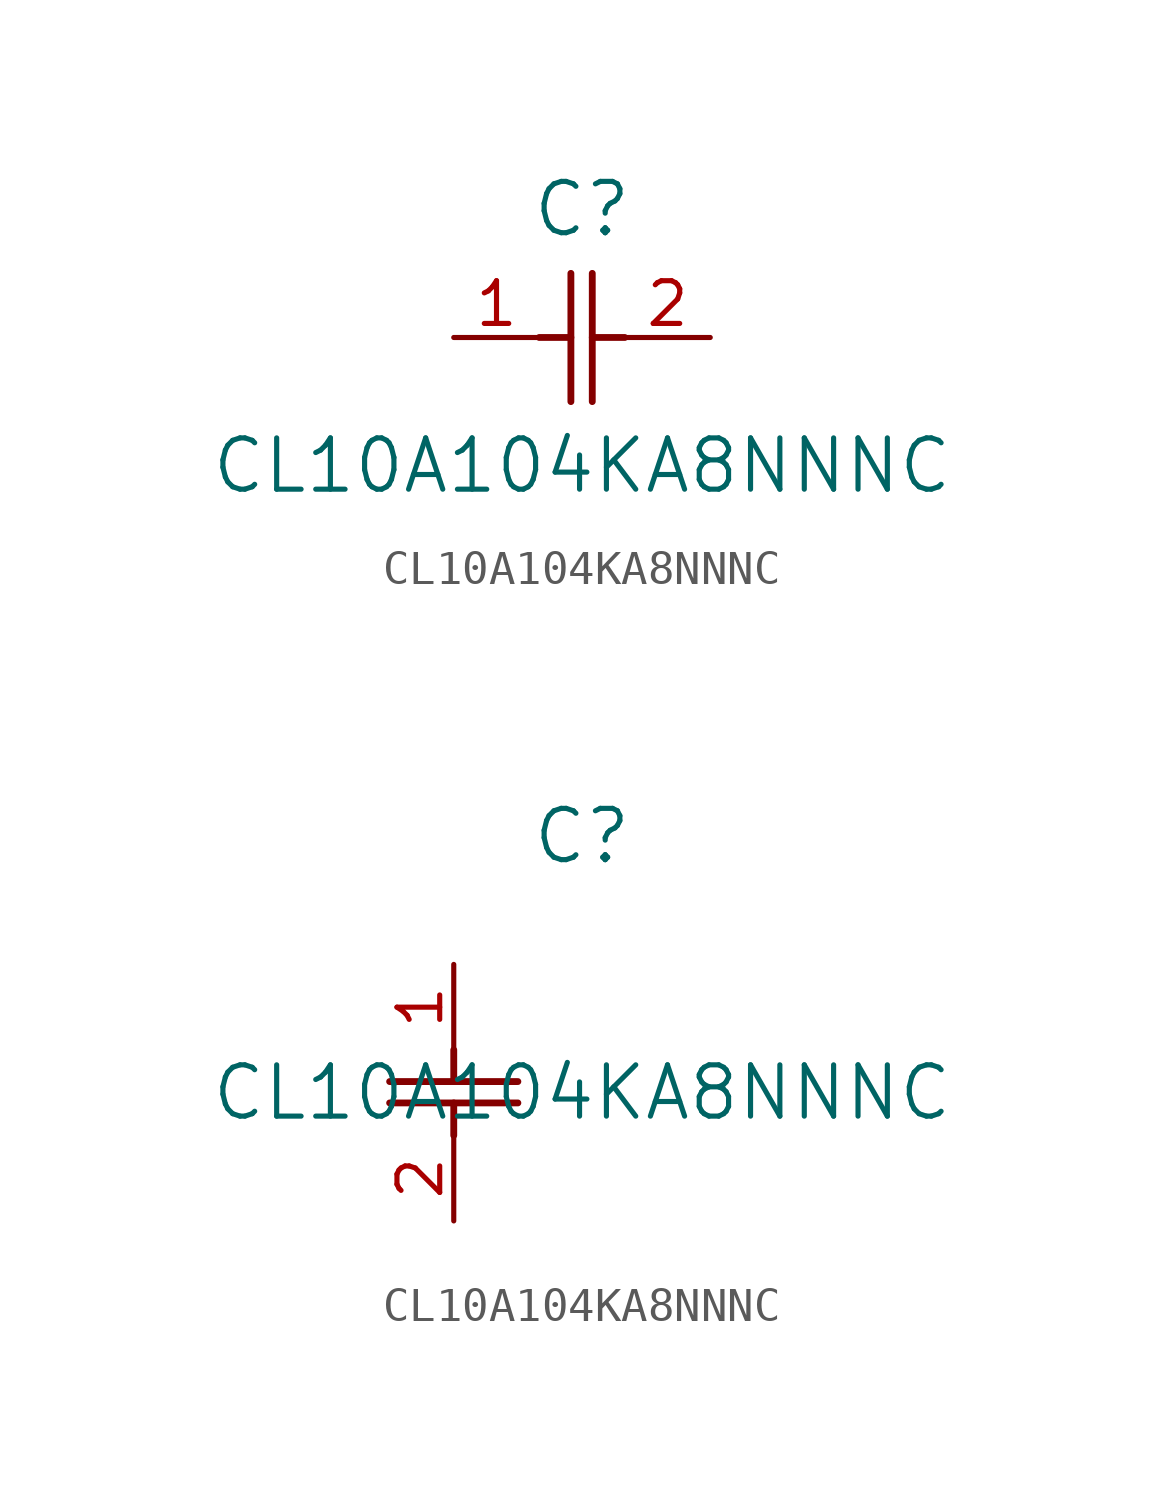
<source format=kicad_sym>
(kicad_symbol_lib
  (version 20211014)
  (generator kicad_symbol_editor)
  (symbol "CL10A104KA8NNNC"
    (pin_names
      (offset 0.254))
    (property "Reference" "C"
      (at 3.81 3.81 0)
      (effects (font (size 1.524 1.524))))
    (property "Value" "CL10A104KA8NNNC"
      (at 3.81 -3.81 0)
      (effects (font (size 1.524 1.524))))
    (symbol "CL10A104KA8NNNC_1_1"
      (polyline (pts (xy 3.48 -1.905) (xy 3.48 1.905)) (stroke (width 0.203) (type default) (color 0 0 0 0)) (fill (type none)))
      (polyline (pts (xy 4.115 -1.905) (xy 4.115 1.905)) (stroke (width 0.203) (type default) (color 0 0 0 0)) (fill (type none)))
      (polyline (pts (xy 4.115 0) (xy 5.08 0)) (stroke (width 0.203) (type default) (color 0 0 0 0)) (fill (type none)))
      (polyline (pts (xy 2.54 0) (xy 3.48 0)) (stroke (width 0.203) (type default) (color 0 0 0 0)) (fill (type none)))
      (pin unspecified line (at 0 0 0) (length 2.54) (name "" (effects (font (size 1.27 1.27)))) (number "1" (effects (font (size 1.27 1.27)))))
      (pin unspecified line (at 7.62 0 180) (length 2.54) (name "" (effects (font (size 1.27 1.27)))) (number "2" (effects (font (size 1.27 1.27))))))
    (symbol "CL10A104KA8NNNC_1_2"
      (polyline (pts (xy -1.905 -3.48) (xy 1.905 -3.48)) (stroke (width 0.203) (type default) (color 0 0 0 0)) (fill (type none)))
      (polyline (pts (xy -1.905 -4.115) (xy 1.905 -4.115)) (stroke (width 0.203) (type default) (color 0 0 0 0)) (fill (type none)))
      (polyline (pts (xy 0 -4.115) (xy 0 -5.08)) (stroke (width 0.203) (type default) (color 0 0 0 0)) (fill (type none)))
      (polyline (pts (xy 0 -2.54) (xy 0 -3.48)) (stroke (width 0.203) (type default) (color 0 0 0 0)) (fill (type none)))
      (pin unspecified line (at 0 0 270) (length 2.54) (name "" (effects (font (size 1.27 1.27)))) (number "1" (effects (font (size 1.27 1.27)))))
      (pin unspecified line (at 0 -7.62 90) (length 2.54) (name "" (effects (font (size 1.27 1.27)))) (number "2" (effects (font (size 1.27 1.27))))))))
</source>
